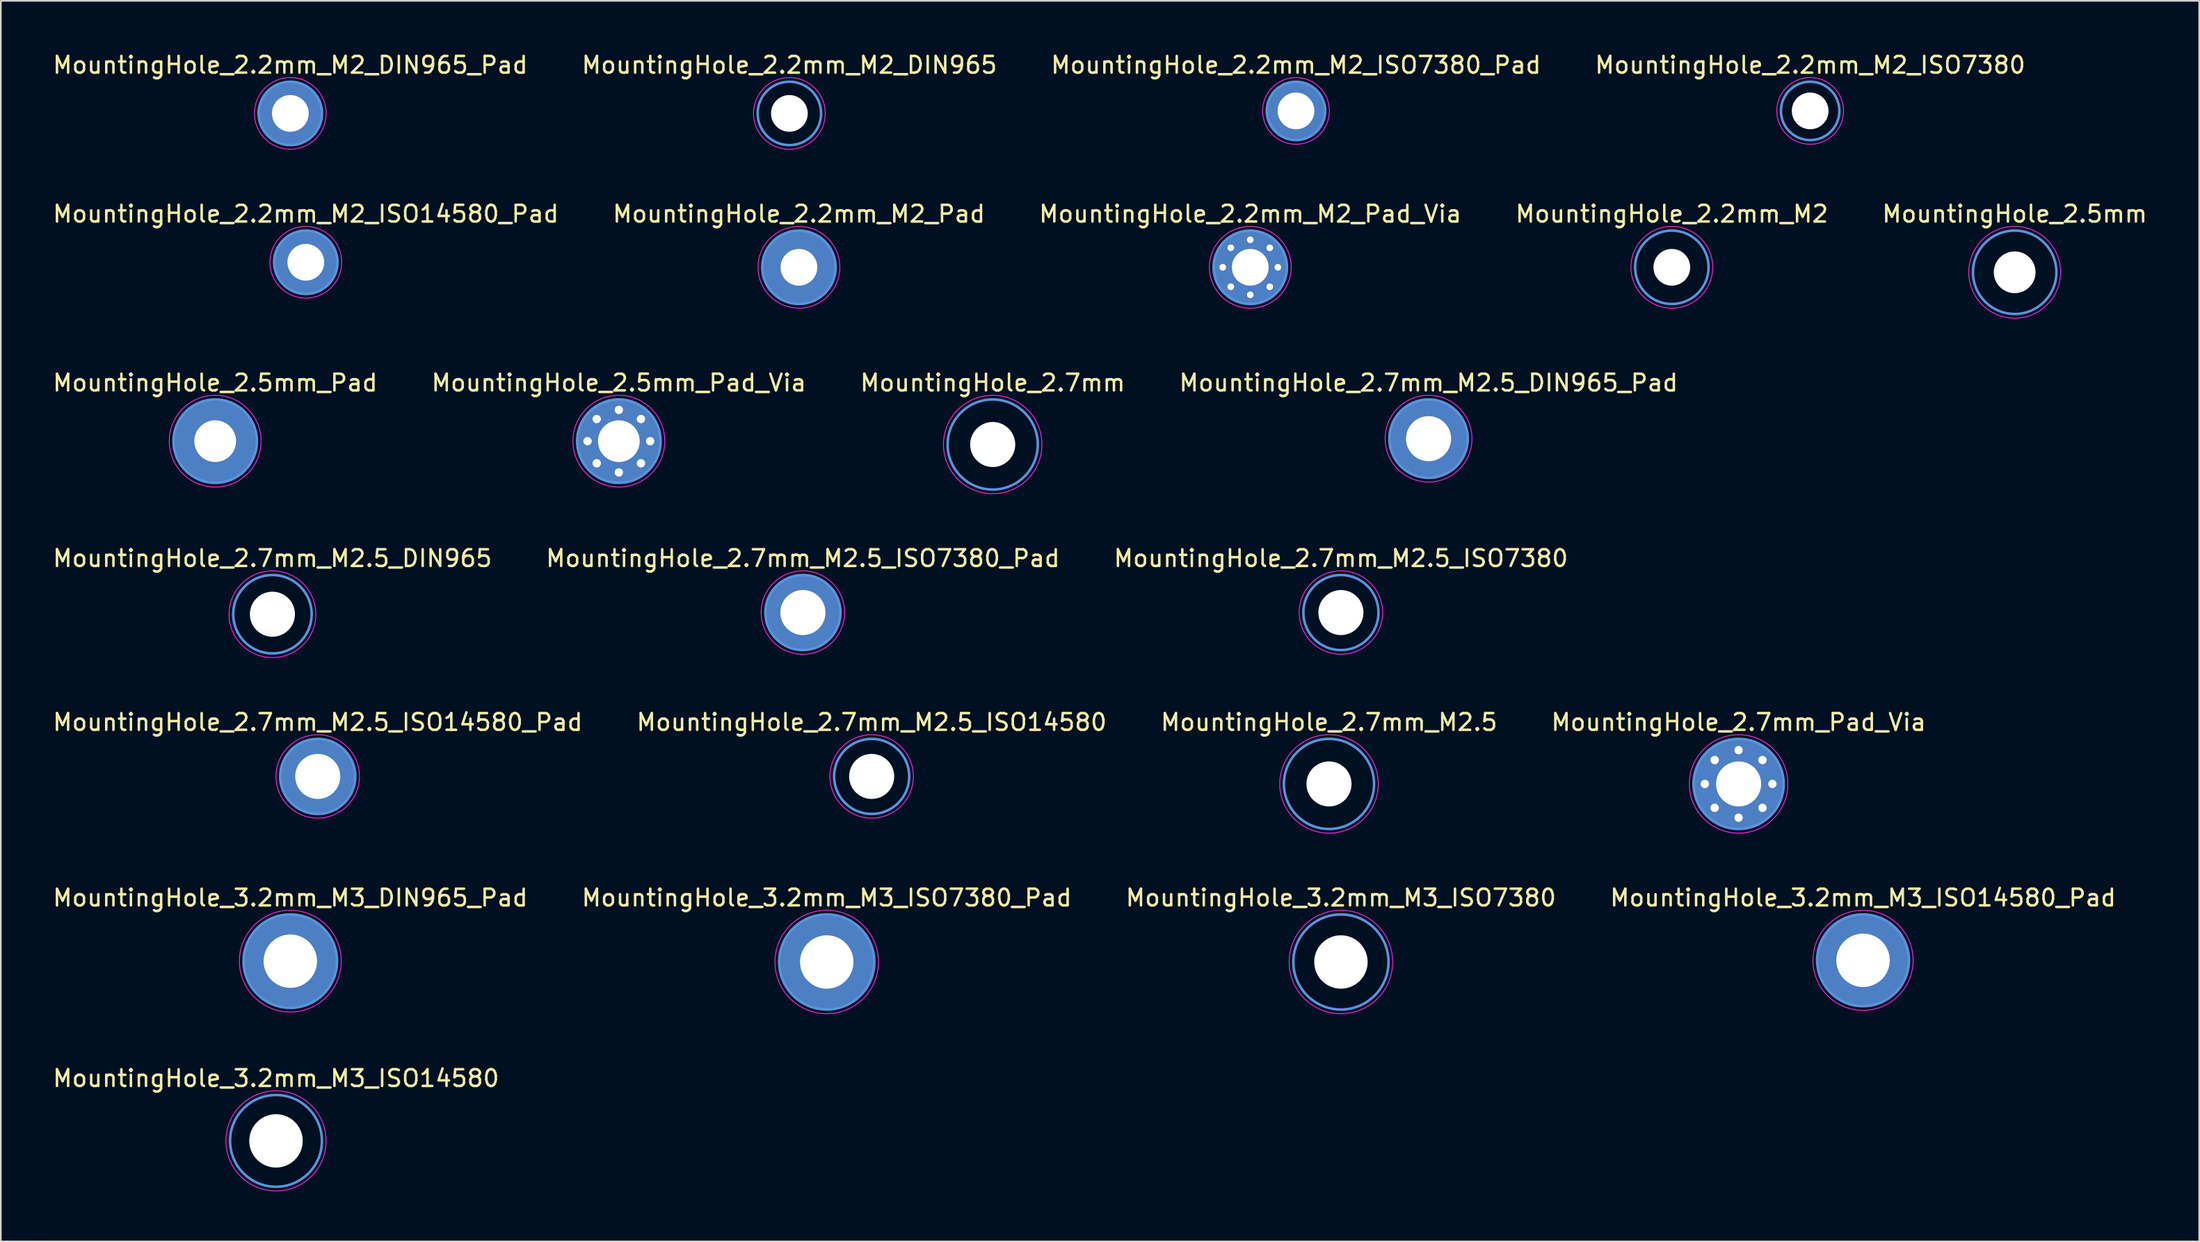
<source format=kicad_pcb>
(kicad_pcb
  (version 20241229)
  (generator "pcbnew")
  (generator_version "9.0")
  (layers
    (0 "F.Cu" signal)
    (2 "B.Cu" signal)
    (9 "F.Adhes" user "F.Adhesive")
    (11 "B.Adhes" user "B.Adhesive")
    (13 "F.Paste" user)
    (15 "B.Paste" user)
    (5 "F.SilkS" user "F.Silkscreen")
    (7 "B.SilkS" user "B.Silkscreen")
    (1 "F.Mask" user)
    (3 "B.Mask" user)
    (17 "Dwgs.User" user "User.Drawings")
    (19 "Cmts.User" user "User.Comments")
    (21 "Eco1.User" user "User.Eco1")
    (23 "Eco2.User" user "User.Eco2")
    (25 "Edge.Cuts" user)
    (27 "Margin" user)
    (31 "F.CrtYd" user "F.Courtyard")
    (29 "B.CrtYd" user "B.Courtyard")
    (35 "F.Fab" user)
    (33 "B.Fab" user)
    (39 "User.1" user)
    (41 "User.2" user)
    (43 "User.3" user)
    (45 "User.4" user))
  (footprint "MountingHole_2.7mm_M2.5_DIN965_Pad"
    (layer "F.Cu")
    (at 82.518 23.245)
    (property "Reference" "MountingHole_2.7mm_M2.5_DIN965_Pad" (at 0 -3.35 0) (layer "F.SilkS") (effects (font (size 1 1) (thickness 0.15))))
    (attr through_hole)
    (fp_circle (center 0 0) (end 2.35 0) (stroke (width 0.15) (type solid)) (fill no) (layer "Cmts.User"))
    (fp_circle (center 0 0) (end 2.6 0) (stroke (width 0.05) (type solid)) (fill no) (layer "F.CrtYd"))
    (pad "1" thru_hole circle (at 0 0) (size 4.7 4.7) (drill 2.7) (layers "*.Cu" "*.Mask")))
  (footprint "MountingHole_2.7mm"
    (layer "F.Cu")
    (at 56.411 23.595)
    (property "Reference" "MountingHole_2.7mm" (at 0 -3.7 0) (layer "F.SilkS") (effects (font (size 1 1) (thickness 0.15))))
    (attr through_hole)
    (fp_circle (center 0 0) (end 2.7 0) (stroke (width 0.15) (type solid)) (fill no) (layer "Cmts.User"))
    (fp_circle (center 0 0) (end 2.95 0) (stroke (width 0.05) (type solid)) (fill no) (layer "F.CrtYd"))
    (pad "" np_thru_hole circle (at 0 0) (size 2.7 2.7) (drill 2.7) (layers "*.Cu" "*.Mask")))
  (footprint "MountingHole_2.2mm_M2_DIN965"
    (layer "F.Cu")
    (at 44.232 3.748)
    (property "Reference" "MountingHole_2.2mm_M2_DIN965" (at 0 -2.9 0) (layer "F.SilkS") (effects (font (size 1 1) (thickness 0.15))))
    (attr through_hole)
    (fp_circle (center 0 0) (end 1.9 0) (stroke (width 0.15) (type solid)) (fill no) (layer "Cmts.User"))
    (fp_circle (center 0 0) (end 2.15 0) (stroke (width 0.05) (type solid)) (fill no) (layer "F.CrtYd"))
    (pad "" np_thru_hole circle (at 0 0) (size 2.2 2.2) (drill 2.2) (layers "*.Cu" "*.Mask")))
  (footprint "MountingHole_2.2mm_M2_ISO14580_Pad"
    (layer "F.Cu")
    (at 15.268 12.671)
    (property "Reference" "MountingHole_2.2mm_M2_ISO14580_Pad" (at 0 -2.9 0) (layer "F.SilkS") (effects (font (size 1 1) (thickness 0.15))))
    (attr through_hole)
    (fp_circle (center 0 0) (end 1.9 0) (stroke (width 0.15) (type solid)) (fill no) (layer "Cmts.User"))
    (fp_circle (center 0 0) (end 2.15 0) (stroke (width 0.05) (type solid)) (fill no) (layer "F.CrtYd"))
    (pad "1" thru_hole circle (at 0 0) (size 3.8 3.8) (drill 2.2) (layers "*.Cu" "*.Mask")))
  (footprint "MountingHole_2.7mm_M2.5_ISO7380"
    (layer "F.Cu")
    (at 77.268 33.668)
    (property "Reference" "MountingHole_2.7mm_M2.5_ISO7380" (at 0 -3.25 0) (layer "F.SilkS") (effects (font (size 1 1) (thickness 0.15))))
    (attr through_hole)
    (fp_circle (center 0 0) (end 2.25 0) (stroke (width 0.15) (type solid)) (fill no) (layer "Cmts.User"))
    (fp_circle (center 0 0) (end 2.5 0) (stroke (width 0.05) (type solid)) (fill no) (layer "F.CrtYd"))
    (pad "" np_thru_hole circle (at 0 0) (size 2.7 2.7) (drill 2.7) (layers "*.Cu" "*.Mask")))
  (footprint "MountingHole_3.2mm_M3_ISO14580"
    (layer "F.Cu")
    (at 13.482 65.338)
    (property "Reference" "MountingHole_3.2mm_M3_ISO14580" (at 0 -3.75 0) (layer "F.SilkS") (effects (font (size 1 1) (thickness 0.15))))
    (attr through_hole)
    (fp_circle (center 0 0) (end 2.75 0) (stroke (width 0.15) (type solid)) (fill no) (layer "Cmts.User"))
    (fp_circle (center 0 0) (end 3 0) (stroke (width 0.05) (type solid)) (fill no) (layer "F.CrtYd"))
    (pad "" np_thru_hole circle (at 0 0) (size 3.2 3.2) (drill 3.2) (layers "*.Cu" "*.Mask")))
  (footprint "MountingHole_2.7mm_M2.5_ISO7380_Pad"
    (layer "F.Cu")
    (at 45.042 33.668)
    (property "Reference" "MountingHole_2.7mm_M2.5_ISO7380_Pad" (at 0 -3.25 0) (layer "F.SilkS") (effects (font (size 1 1) (thickness 0.15))))
    (attr through_hole)
    (fp_circle (center 0 0) (end 2.25 0) (stroke (width 0.15) (type solid)) (fill no) (layer "Cmts.User"))
    (fp_circle (center 0 0) (end 2.5 0) (stroke (width 0.05) (type solid)) (fill no) (layer "F.CrtYd"))
    (pad "1" thru_hole circle (at 0 0) (size 4.5 4.5) (drill 2.7) (layers "*.Cu" "*.Mask")))
  (footprint "MountingHole_2.2mm_M2_ISO7380"
    (layer "F.Cu")
    (at 105.375 3.598)
    (property "Reference" "MountingHole_2.2mm_M2_ISO7380" (at 0 -2.75 0) (layer "F.SilkS") (effects (font (size 1 1) (thickness 0.15))))
    (attr through_hole)
    (fp_circle (center 0 0) (end 1.75 0) (stroke (width 0.15) (type solid)) (fill no) (layer "Cmts.User"))
    (fp_circle (center 0 0) (end 2 0) (stroke (width 0.05) (type solid)) (fill no) (layer "F.CrtYd"))
    (pad "" np_thru_hole circle (at 0 0) (size 2.2 2.2) (drill 2.2) (layers "*.Cu" "*.Mask")))
  (footprint "MountingHole_3.2mm_M3_ISO14580_Pad"
    (layer "F.Cu")
    (at 108.542 54.514)
    (property "Reference" "MountingHole_3.2mm_M3_ISO14580_Pad" (at 0 -3.75 0) (layer "F.SilkS") (effects (font (size 1 1) (thickness 0.15))))
    (attr through_hole)
    (fp_circle (center 0 0) (end 2.75 0) (stroke (width 0.15) (type solid)) (fill no) (layer "Cmts.User"))
    (fp_circle (center 0 0) (end 3 0) (stroke (width 0.05) (type solid)) (fill no) (layer "F.CrtYd"))
    (pad "1" thru_hole circle (at 0 0) (size 5.5 5.5) (drill 3.2) (layers "*.Cu" "*.Mask")))
  (footprint "MountingHole_2.5mm_Pad_Via"
    (layer "F.Cu")
    (at 34.018 23.395)
    (property "Reference" "MountingHole_2.5mm_Pad_Via" (at 0 -3.5 0) (layer "F.SilkS") (effects (font (size 1 1) (thickness 0.15))))
    (attr through_hole)
    (fp_circle (center 0 0) (end 2.5 0) (stroke (width 0.15) (type solid)) (fill no) (layer "Cmts.User"))
    (fp_circle (center 0 0) (end 2.75 0) (stroke (width 0.05) (type solid)) (fill no) (layer "F.CrtYd"))
    (pad "" thru_hole circle (at -1.875 0) (size 0.6 0.6) (drill 0.5) (layers "*.Cu" "*.Mask"))
    (pad "" thru_hole circle (at -1.326 -1.326) (size 0.6 0.6) (drill 0.5) (layers "*.Cu" "*.Mask"))
    (pad "" thru_hole circle (at -1.326 1.326) (size 0.6 0.6) (drill 0.5) (layers "*.Cu" "*.Mask"))
    (pad "" thru_hole circle (at 0 -1.875) (size 0.6 0.6) (drill 0.5) (layers "*.Cu" "*.Mask"))
    (pad "" thru_hole circle (at 0 1.875) (size 0.6 0.6) (drill 0.5) (layers "*.Cu" "*.Mask"))
    (pad "" thru_hole circle (at 1.326 -1.326) (size 0.6 0.6) (drill 0.5) (layers "*.Cu" "*.Mask"))
    (pad "" thru_hole circle (at 1.326 1.326) (size 0.6 0.6) (drill 0.5) (layers "*.Cu" "*.Mask"))
    (pad "" thru_hole circle (at 1.875 0) (size 0.6 0.6) (drill 0.5) (layers "*.Cu" "*.Mask"))
    (pad "1" thru_hole circle (at 0 0) (size 5 5) (drill 2.5) (layers "*.Cu" "*.Mask")))
  (footprint "MountingHole_3.2mm_M3_ISO7380"
    (layer "F.Cu")
    (at 77.268 54.614)
    (property "Reference" "MountingHole_3.2mm_M3_ISO7380" (at 0 -3.85 0) (layer "F.SilkS") (effects (font (size 1 1) (thickness 0.15))))
    (attr through_hole)
    (fp_circle (center 0 0) (end 2.85 0) (stroke (width 0.15) (type solid)) (fill no) (layer "Cmts.User"))
    (fp_circle (center 0 0) (end 3.1 0) (stroke (width 0.05) (type solid)) (fill no) (layer "F.CrtYd"))
    (pad "" np_thru_hole circle (at 0 0) (size 3.2 3.2) (drill 3.2) (layers "*.Cu" "*.Mask")))
  (footprint "MountingHole_2.2mm_M2_Pad_Via"
    (layer "F.Cu")
    (at 71.839 12.972)
    (property "Reference" "MountingHole_2.2mm_M2_Pad_Via" (at 0 -3.2 0) (layer "F.SilkS") (effects (font (size 1 1) (thickness 0.15))))
    (attr through_hole)
    (fp_circle (center 0 0) (end 2.2 0) (stroke (width 0.15) (type solid)) (fill no) (layer "Cmts.User"))
    (fp_circle (center 0 0) (end 2.45 0) (stroke (width 0.05) (type solid)) (fill no) (layer "F.CrtYd"))
    (pad "" thru_hole circle (at -1.65 0) (size 0.6 0.6) (drill 0.4) (layers "*.Cu" "*.Mask"))
    (pad "" thru_hole circle (at -1.167 -1.167) (size 0.6 0.6) (drill 0.4) (layers "*.Cu" "*.Mask"))
    (pad "" thru_hole circle (at -1.167 1.167) (size 0.6 0.6) (drill 0.4) (layers "*.Cu" "*.Mask"))
    (pad "" thru_hole circle (at 0 -1.65) (size 0.6 0.6) (drill 0.4) (layers "*.Cu" "*.Mask"))
    (pad "" thru_hole circle (at 0 1.65) (size 0.6 0.6) (drill 0.4) (layers "*.Cu" "*.Mask"))
    (pad "" thru_hole circle (at 1.167 -1.167) (size 0.6 0.6) (drill 0.4) (layers "*.Cu" "*.Mask"))
    (pad "" thru_hole circle (at 1.167 1.167) (size 0.6 0.6) (drill 0.4) (layers "*.Cu" "*.Mask"))
    (pad "" thru_hole circle (at 1.65 0) (size 0.6 0.6) (drill 0.4) (layers "*.Cu" "*.Mask"))
    (pad "1" thru_hole circle (at 0 0) (size 4.4 4.4) (drill 2.2) (layers "*.Cu" "*.Mask")))
  (footprint "MountingHole_2.7mm_Pad_Via"
    (layer "F.Cu")
    (at 101.089 43.941)
    (property "Reference" "MountingHole_2.7mm_Pad_Via" (at 0 -3.7 0) (layer "F.SilkS") (effects (font (size 1 1) (thickness 0.15))))
    (attr through_hole)
    (fp_circle (center 0 0) (end 2.7 0) (stroke (width 0.15) (type solid)) (fill no) (layer "Cmts.User"))
    (fp_circle (center 0 0) (end 2.95 0) (stroke (width 0.05) (type solid)) (fill no) (layer "F.CrtYd"))
    (pad "" thru_hole circle (at -2.025 0) (size 0.6 0.6) (drill 0.5) (layers "*.Cu" "*.Mask"))
    (pad "" thru_hole circle (at -1.432 -1.432) (size 0.6 0.6) (drill 0.5) (layers "*.Cu" "*.Mask"))
    (pad "" thru_hole circle (at -1.432 1.432) (size 0.6 0.6) (drill 0.5) (layers "*.Cu" "*.Mask"))
    (pad "" thru_hole circle (at 0 -2.025) (size 0.6 0.6) (drill 0.5) (layers "*.Cu" "*.Mask"))
    (pad "" thru_hole circle (at 0 2.025) (size 0.6 0.6) (drill 0.5) (layers "*.Cu" "*.Mask"))
    (pad "" thru_hole circle (at 1.432 -1.432) (size 0.6 0.6) (drill 0.5) (layers "*.Cu" "*.Mask"))
    (pad "" thru_hole circle (at 1.432 1.432) (size 0.6 0.6) (drill 0.5) (layers "*.Cu" "*.Mask"))
    (pad "" thru_hole circle (at 2.025 0) (size 0.6 0.6) (drill 0.5) (layers "*.Cu" "*.Mask"))
    (pad "1" thru_hole circle (at 0 0) (size 5.4 5.4) (drill 2.7) (layers "*.Cu" "*.Mask")))
  (footprint "MountingHole_2.7mm_M2.5_ISO14580_Pad"
    (layer "F.Cu")
    (at 15.982 43.491)
    (property "Reference" "MountingHole_2.7mm_M2.5_ISO14580_Pad" (at 0 -3.25 0) (layer "F.SilkS") (effects (font (size 1 1) (thickness 0.15))))
    (attr through_hole)
    (fp_circle (center 0 0) (end 2.25 0) (stroke (width 0.15) (type solid)) (fill no) (layer "Cmts.User"))
    (fp_circle (center 0 0) (end 2.5 0) (stroke (width 0.05) (type solid)) (fill no) (layer "F.CrtYd"))
    (pad "1" thru_hole circle (at 0 0) (size 4.5 4.5) (drill 2.7) (layers "*.Cu" "*.Mask")))
  (footprint "MountingHole_2.2mm_M2_ISO7380_Pad"
    (layer "F.Cu")
    (at 74.577 3.598)
    (property "Reference" "MountingHole_2.2mm_M2_ISO7380_Pad" (at 0 -2.75 0) (layer "F.SilkS") (effects (font (size 1 1) (thickness 0.15))))
    (attr through_hole)
    (fp_circle (center 0 0) (end 1.75 0) (stroke (width 0.15) (type solid)) (fill no) (layer "Cmts.User"))
    (fp_circle (center 0 0) (end 2 0) (stroke (width 0.05) (type solid)) (fill no) (layer "F.CrtYd"))
    (pad "1" thru_hole circle (at 0 0) (size 3.5 3.5) (drill 2.2) (layers "*.Cu" "*.Mask")))
  (footprint "MountingHole_2.7mm_M2.5_DIN965"
    (layer "F.Cu")
    (at 13.268 33.768)
    (property "Reference" "MountingHole_2.7mm_M2.5_DIN965" (at 0 -3.35 0) (layer "F.SilkS") (effects (font (size 1 1) (thickness 0.15))))
    (attr through_hole)
    (fp_circle (center 0 0) (end 2.35 0) (stroke (width 0.15) (type solid)) (fill no) (layer "Cmts.User"))
    (fp_circle (center 0 0) (end 2.6 0) (stroke (width 0.05) (type solid)) (fill no) (layer "F.CrtYd"))
    (pad "" np_thru_hole circle (at 0 0) (size 2.7 2.7) (drill 2.7) (layers "*.Cu" "*.Mask")))
  (footprint "MountingHole_3.2mm_M3_ISO7380_Pad"
    (layer "F.Cu")
    (at 46.47 54.614)
    (property "Reference" "MountingHole_3.2mm_M3_ISO7380_Pad" (at 0 -3.85 0) (layer "F.SilkS") (effects (font (size 1 1) (thickness 0.15))))
    (attr through_hole)
    (fp_circle (center 0 0) (end 2.85 0) (stroke (width 0.15) (type solid)) (fill no) (layer "Cmts.User"))
    (fp_circle (center 0 0) (end 3.1 0) (stroke (width 0.05) (type solid)) (fill no) (layer "F.CrtYd"))
    (pad "1" thru_hole circle (at 0 0) (size 5.7 5.7) (drill 3.2) (layers "*.Cu" "*.Mask")))
  (footprint "MountingHole_2.5mm"
    (layer "F.Cu")
    (at 117.625 13.271)
    (property "Reference" "MountingHole_2.5mm" (at 0 -3.5 0) (layer "F.SilkS") (effects (font (size 1 1) (thickness 0.15))))
    (attr through_hole)
    (fp_circle (center 0 0) (end 2.5 0) (stroke (width 0.15) (type solid)) (fill no) (layer "Cmts.User"))
    (fp_circle (center 0 0) (end 2.75 0) (stroke (width 0.05) (type solid)) (fill no) (layer "F.CrtYd"))
    (pad "" np_thru_hole circle (at 0 0) (size 2.5 2.5) (drill 2.5) (layers "*.Cu" "*.Mask")))
  (footprint "MountingHole_2.2mm_M2_DIN965_Pad"
    (layer "F.Cu")
    (at 14.339 3.748)
    (property "Reference" "MountingHole_2.2mm_M2_DIN965_Pad" (at 0 -2.9 0) (layer "F.SilkS") (effects (font (size 1 1) (thickness 0.15))))
    (attr through_hole)
    (fp_circle (center 0 0) (end 1.9 0) (stroke (width 0.15) (type solid)) (fill no) (layer "Cmts.User"))
    (fp_circle (center 0 0) (end 2.15 0) (stroke (width 0.05) (type solid)) (fill no) (layer "F.CrtYd"))
    (pad "1" thru_hole circle (at 0 0) (size 3.8 3.8) (drill 2.2) (layers "*.Cu" "*.Mask")))
  (footprint "MountingHole_2.2mm_M2"
    (layer "F.Cu")
    (at 97.089 12.972)
    (property "Reference" "MountingHole_2.2mm_M2" (at 0 -3.2 0) (layer "F.SilkS") (effects (font (size 1 1) (thickness 0.15))))
    (attr through_hole)
    (fp_circle (center 0 0) (end 2.2 0) (stroke (width 0.15) (type solid)) (fill no) (layer "Cmts.User"))
    (fp_circle (center 0 0) (end 2.45 0) (stroke (width 0.05) (type solid)) (fill no) (layer "F.CrtYd"))
    (pad "" np_thru_hole circle (at 0 0) (size 2.2 2.2) (drill 2.2) (layers "*.Cu" "*.Mask")))
  (footprint "MountingHole_3.2mm_M3_DIN965_Pad"
    (layer "F.Cu")
    (at 14.339 54.565)
    (property "Reference" "MountingHole_3.2mm_M3_DIN965_Pad" (at 0 -3.8 0) (layer "F.SilkS") (effects (font (size 1 1) (thickness 0.15))))
    (attr through_hole)
    (fp_circle (center 0 0) (end 2.8 0) (stroke (width 0.15) (type solid)) (fill no) (layer "Cmts.User"))
    (fp_circle (center 0 0) (end 3.05 0) (stroke (width 0.05) (type solid)) (fill no) (layer "F.CrtYd"))
    (pad "1" thru_hole circle (at 0 0) (size 5.6 5.6) (drill 3.2) (layers "*.Cu" "*.Mask")))
  (footprint "MountingHole_2.5mm_Pad"
    (layer "F.Cu")
    (at 9.839 23.395)
    (property "Reference" "MountingHole_2.5mm_Pad" (at 0 -3.5 0) (layer "F.SilkS") (effects (font (size 1 1) (thickness 0.15))))
    (attr through_hole)
    (fp_circle (center 0 0) (end 2.5 0) (stroke (width 0.15) (type solid)) (fill no) (layer "Cmts.User"))
    (fp_circle (center 0 0) (end 2.75 0) (stroke (width 0.05) (type solid)) (fill no) (layer "F.CrtYd"))
    (pad "1" thru_hole circle (at 0 0) (size 5 5) (drill 2.5) (layers "*.Cu" "*.Mask")))
  (footprint "MountingHole_2.7mm_M2.5"
    (layer "F.Cu")
    (at 76.554 43.941)
    (property "Reference" "MountingHole_2.7mm_M2.5" (at 0 -3.7 0) (layer "F.SilkS") (effects (font (size 1 1) (thickness 0.15))))
    (attr through_hole)
    (fp_circle (center 0 0) (end 2.7 0) (stroke (width 0.15) (type solid)) (fill no) (layer "Cmts.User"))
    (fp_circle (center 0 0) (end 2.95 0) (stroke (width 0.05) (type solid)) (fill no) (layer "F.CrtYd"))
    (pad "" np_thru_hole circle (at 0 0) (size 2.7 2.7) (drill 2.7) (layers "*.Cu" "*.Mask")))
  (footprint "MountingHole_2.2mm_M2_Pad"
    (layer "F.Cu")
    (at 44.804 12.972)
    (property "Reference" "MountingHole_2.2mm_M2_Pad" (at 0 -3.2 0) (layer "F.SilkS") (effects (font (size 1 1) (thickness 0.15))))
    (attr through_hole)
    (fp_circle (center 0 0) (end 2.2 0) (stroke (width 0.15) (type solid)) (fill no) (layer "Cmts.User"))
    (fp_circle (center 0 0) (end 2.45 0) (stroke (width 0.05) (type solid)) (fill no) (layer "F.CrtYd"))
    (pad "1" thru_hole circle (at 0 0) (size 4.4 4.4) (drill 2.2) (layers "*.Cu" "*.Mask")))
  (footprint "MountingHole_2.7mm_M2.5_ISO14580"
    (layer "F.Cu")
    (at 49.161 43.491)
    (property "Reference" "MountingHole_2.7mm_M2.5_ISO14580" (at 0 -3.25 0) (layer "F.SilkS") (effects (font (size 1 1) (thickness 0.15))))
    (attr through_hole)
    (fp_circle (center 0 0) (end 2.25 0) (stroke (width 0.15) (type solid)) (fill no) (layer "Cmts.User"))
    (fp_circle (center 0 0) (end 2.5 0) (stroke (width 0.05) (type solid)) (fill no) (layer "F.CrtYd"))
    (pad "" np_thru_hole circle (at 0 0) (size 2.7 2.7) (drill 2.7) (layers "*.Cu" "*.Mask")))
  (gr_rect
    (start -3 -3)
    (end 128.679 71.363)
    (stroke (width 0.1) (type default))
    (fill no)
    (layer "Edge.Cuts")))
</source>
